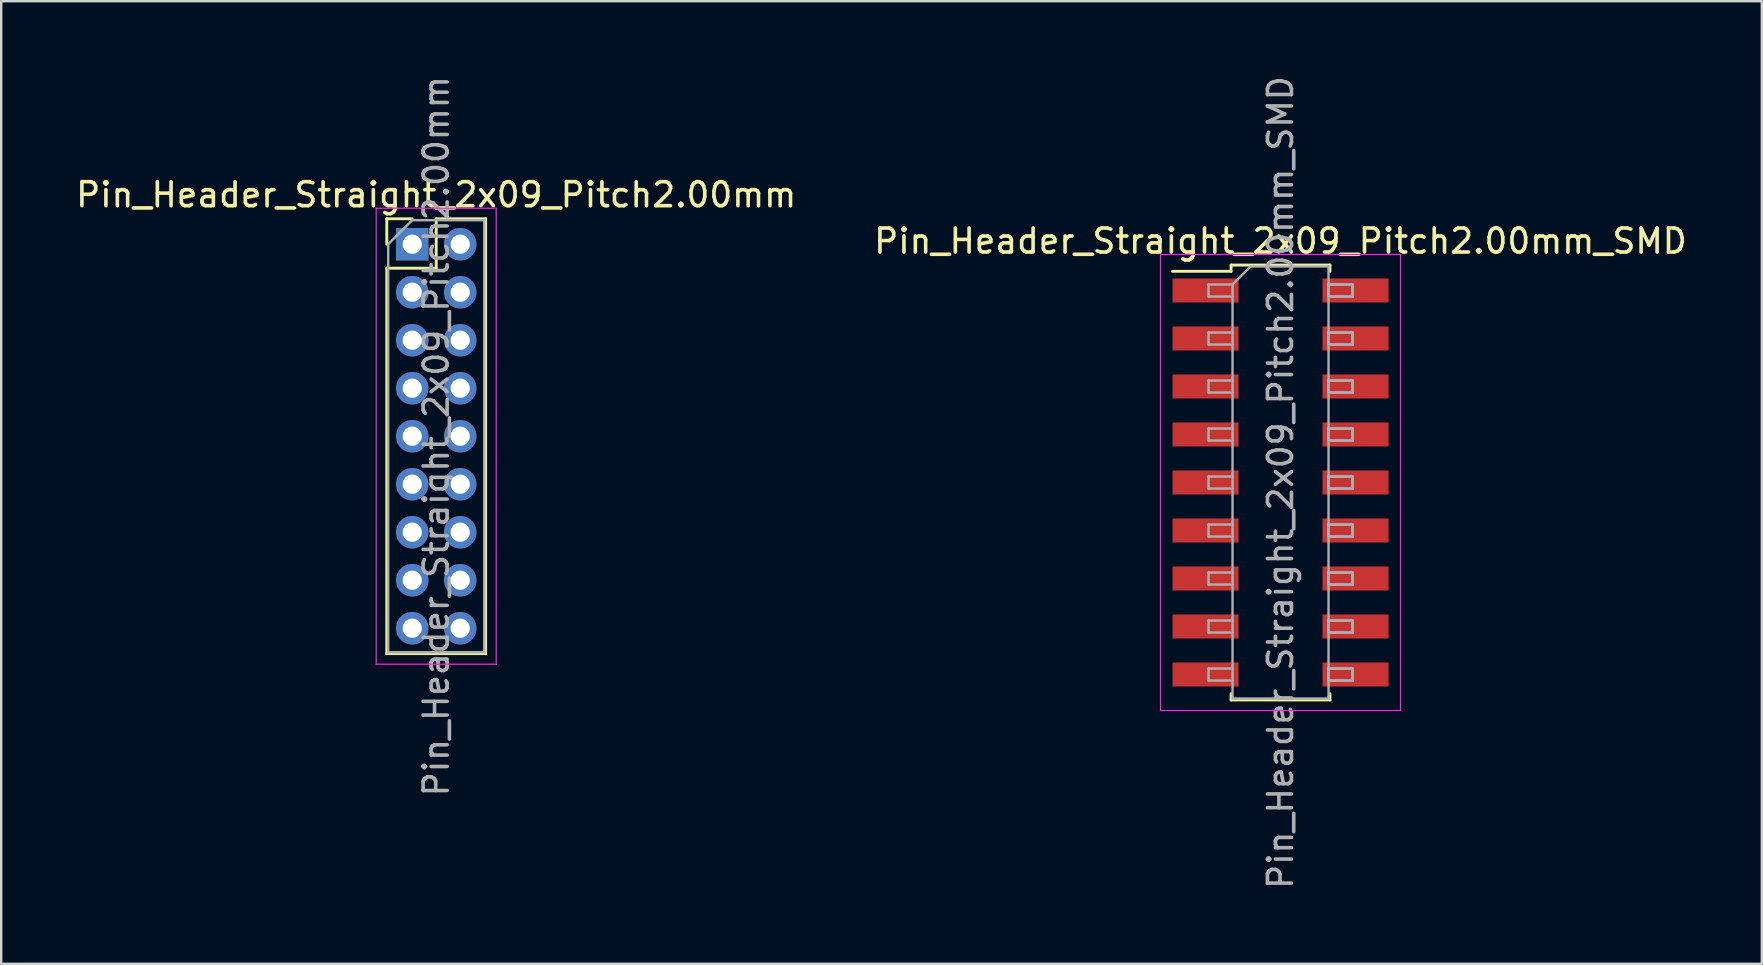
<source format=kicad_pcb>
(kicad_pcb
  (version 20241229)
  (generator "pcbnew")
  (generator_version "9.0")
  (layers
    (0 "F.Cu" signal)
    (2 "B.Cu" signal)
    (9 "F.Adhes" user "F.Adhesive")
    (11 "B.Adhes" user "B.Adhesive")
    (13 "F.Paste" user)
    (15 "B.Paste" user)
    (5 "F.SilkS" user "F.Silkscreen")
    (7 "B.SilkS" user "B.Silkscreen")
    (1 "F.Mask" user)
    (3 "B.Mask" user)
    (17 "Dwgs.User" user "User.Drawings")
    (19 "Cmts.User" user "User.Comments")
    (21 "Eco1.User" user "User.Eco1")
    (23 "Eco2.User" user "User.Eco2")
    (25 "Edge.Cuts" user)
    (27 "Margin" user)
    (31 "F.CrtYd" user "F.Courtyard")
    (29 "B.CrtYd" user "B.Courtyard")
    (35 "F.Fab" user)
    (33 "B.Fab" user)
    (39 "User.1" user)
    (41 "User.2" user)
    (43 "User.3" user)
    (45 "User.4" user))
  (footprint "Pin_Header_Straight_2x09_Pitch2.00mm_SMD"
    (layer "F.Cu")
    (at 50.304 17.054)
    (property "Reference" "Pin_Header_Straight_2x09_Pitch2.00mm_SMD" (at 0 -10.06 0) (layer "F.SilkS") (effects (font (size 1 1) (thickness 0.15))))
    (attr smd)
    (fp_line (start -4.5 -8.8) (end -2.06 -8.8) (stroke (width 0.12) (type solid)) (layer "F.SilkS"))
    (fp_line (start -2.06 -9.06) (end 2.06 -9.06) (stroke (width 0.12) (type solid)) (layer "F.SilkS"))
    (fp_line (start -2.06 -8.8) (end -2.06 -9.06) (stroke (width 0.12) (type solid)) (layer "F.SilkS"))
    (fp_line (start -2.06 8.8) (end -2.06 9.06) (stroke (width 0.12) (type solid)) (layer "F.SilkS"))
    (fp_line (start -2.06 9.06) (end 2.06 9.06) (stroke (width 0.12) (type solid)) (layer "F.SilkS"))
    (fp_line (start 2.06 -9.06) (end 2.06 -8.8) (stroke (width 0.12) (type solid)) (layer "F.SilkS"))
    (fp_line (start 2.06 9.06) (end 2.06 8.8) (stroke (width 0.12) (type solid)) (layer "F.SilkS"))
    (fp_line (start -5 -9.5) (end -5 9.5) (stroke (width 0.05) (type solid)) (layer "F.CrtYd"))
    (fp_line (start -5 9.5) (end 5 9.5) (stroke (width 0.05) (type solid)) (layer "F.CrtYd"))
    (fp_line (start 5 -9.5) (end -5 -9.5) (stroke (width 0.05) (type solid)) (layer "F.CrtYd"))
    (fp_line (start 5 9.5) (end 5 -9.5) (stroke (width 0.05) (type solid)) (layer "F.CrtYd"))
    (fp_line (start -3 -8.25) (end -3 -7.75) (stroke (width 0.1) (type solid)) (layer "F.Fab"))
    (fp_line (start -3 -7.75) (end -2 -7.75) (stroke (width 0.1) (type solid)) (layer "F.Fab"))
    (fp_line (start -3 -6.25) (end -3 -5.75) (stroke (width 0.1) (type solid)) (layer "F.Fab"))
    (fp_line (start -3 -5.75) (end -2 -5.75) (stroke (width 0.1) (type solid)) (layer "F.Fab"))
    (fp_line (start -3 -4.25) (end -3 -3.75) (stroke (width 0.1) (type solid)) (layer "F.Fab"))
    (fp_line (start -3 -3.75) (end -2 -3.75) (stroke (width 0.1) (type solid)) (layer "F.Fab"))
    (fp_line (start -3 -2.25) (end -3 -1.75) (stroke (width 0.1) (type solid)) (layer "F.Fab"))
    (fp_line (start -3 -1.75) (end -2 -1.75) (stroke (width 0.1) (type solid)) (layer "F.Fab"))
    (fp_line (start -3 -0.25) (end -3 0.25) (stroke (width 0.1) (type solid)) (layer "F.Fab"))
    (fp_line (start -3 0.25) (end -2 0.25) (stroke (width 0.1) (type solid)) (layer "F.Fab"))
    (fp_line (start -3 1.75) (end -3 2.25) (stroke (width 0.1) (type solid)) (layer "F.Fab"))
    (fp_line (start -3 2.25) (end -2 2.25) (stroke (width 0.1) (type solid)) (layer "F.Fab"))
    (fp_line (start -3 3.75) (end -3 4.25) (stroke (width 0.1) (type solid)) (layer "F.Fab"))
    (fp_line (start -3 4.25) (end -2 4.25) (stroke (width 0.1) (type solid)) (layer "F.Fab"))
    (fp_line (start -3 5.75) (end -3 6.25) (stroke (width 0.1) (type solid)) (layer "F.Fab"))
    (fp_line (start -3 6.25) (end -2 6.25) (stroke (width 0.1) (type solid)) (layer "F.Fab"))
    (fp_line (start -3 7.75) (end -3 8.25) (stroke (width 0.1) (type solid)) (layer "F.Fab"))
    (fp_line (start -3 8.25) (end -2 8.25) (stroke (width 0.1) (type solid)) (layer "F.Fab"))
    (fp_line (start -2 -8.25) (end -3 -8.25) (stroke (width 0.1) (type solid)) (layer "F.Fab"))
    (fp_line (start -2 -8.25) (end -1.25 -9) (stroke (width 0.1) (type solid)) (layer "F.Fab"))
    (fp_line (start -2 -6.25) (end -3 -6.25) (stroke (width 0.1) (type solid)) (layer "F.Fab"))
    (fp_line (start -2 -4.25) (end -3 -4.25) (stroke (width 0.1) (type solid)) (layer "F.Fab"))
    (fp_line (start -2 -2.25) (end -3 -2.25) (stroke (width 0.1) (type solid)) (layer "F.Fab"))
    (fp_line (start -2 -0.25) (end -3 -0.25) (stroke (width 0.1) (type solid)) (layer "F.Fab"))
    (fp_line (start -2 1.75) (end -3 1.75) (stroke (width 0.1) (type solid)) (layer "F.Fab"))
    (fp_line (start -2 3.75) (end -3 3.75) (stroke (width 0.1) (type solid)) (layer "F.Fab"))
    (fp_line (start -2 5.75) (end -3 5.75) (stroke (width 0.1) (type solid)) (layer "F.Fab"))
    (fp_line (start -2 7.75) (end -3 7.75) (stroke (width 0.1) (type solid)) (layer "F.Fab"))
    (fp_line (start -2 9) (end -2 -8.25) (stroke (width 0.1) (type solid)) (layer "F.Fab"))
    (fp_line (start -1.25 -9) (end 2 -9) (stroke (width 0.1) (type solid)) (layer "F.Fab"))
    (fp_line (start 2 -9) (end 2 9) (stroke (width 0.1) (type solid)) (layer "F.Fab"))
    (fp_line (start 2 -8.25) (end 2 -7.75) (stroke (width 0.1) (type solid)) (layer "F.Fab"))
    (fp_line (start 2 -8.25) (end 3 -8.25) (stroke (width 0.1) (type solid)) (layer "F.Fab"))
    (fp_line (start 2 -7.75) (end 3 -7.75) (stroke (width 0.1) (type solid)) (layer "F.Fab"))
    (fp_line (start 2 -6.25) (end 2 -5.75) (stroke (width 0.1) (type solid)) (layer "F.Fab"))
    (fp_line (start 2 -6.25) (end 3 -6.25) (stroke (width 0.1) (type solid)) (layer "F.Fab"))
    (fp_line (start 2 -5.75) (end 3 -5.75) (stroke (width 0.1) (type solid)) (layer "F.Fab"))
    (fp_line (start 2 -4.25) (end 2 -3.75) (stroke (width 0.1) (type solid)) (layer "F.Fab"))
    (fp_line (start 2 -4.25) (end 3 -4.25) (stroke (width 0.1) (type solid)) (layer "F.Fab"))
    (fp_line (start 2 -3.75) (end 3 -3.75) (stroke (width 0.1) (type solid)) (layer "F.Fab"))
    (fp_line (start 2 -2.25) (end 2 -1.75) (stroke (width 0.1) (type solid)) (layer "F.Fab"))
    (fp_line (start 2 -2.25) (end 3 -2.25) (stroke (width 0.1) (type solid)) (layer "F.Fab"))
    (fp_line (start 2 -1.75) (end 3 -1.75) (stroke (width 0.1) (type solid)) (layer "F.Fab"))
    (fp_line (start 2 -0.25) (end 2 0.25) (stroke (width 0.1) (type solid)) (layer "F.Fab"))
    (fp_line (start 2 -0.25) (end 3 -0.25) (stroke (width 0.1) (type solid)) (layer "F.Fab"))
    (fp_line (start 2 0.25) (end 3 0.25) (stroke (width 0.1) (type solid)) (layer "F.Fab"))
    (fp_line (start 2 1.75) (end 2 2.25) (stroke (width 0.1) (type solid)) (layer "F.Fab"))
    (fp_line (start 2 1.75) (end 3 1.75) (stroke (width 0.1) (type solid)) (layer "F.Fab"))
    (fp_line (start 2 2.25) (end 3 2.25) (stroke (width 0.1) (type solid)) (layer "F.Fab"))
    (fp_line (start 2 3.75) (end 2 4.25) (stroke (width 0.1) (type solid)) (layer "F.Fab"))
    (fp_line (start 2 3.75) (end 3 3.75) (stroke (width 0.1) (type solid)) (layer "F.Fab"))
    (fp_line (start 2 4.25) (end 3 4.25) (stroke (width 0.1) (type solid)) (layer "F.Fab"))
    (fp_line (start 2 5.75) (end 2 6.25) (stroke (width 0.1) (type solid)) (layer "F.Fab"))
    (fp_line (start 2 5.75) (end 3 5.75) (stroke (width 0.1) (type solid)) (layer "F.Fab"))
    (fp_line (start 2 6.25) (end 3 6.25) (stroke (width 0.1) (type solid)) (layer "F.Fab"))
    (fp_line (start 2 7.75) (end 2 8.25) (stroke (width 0.1) (type solid)) (layer "F.Fab"))
    (fp_line (start 2 7.75) (end 3 7.75) (stroke (width 0.1) (type solid)) (layer "F.Fab"))
    (fp_line (start 2 8.25) (end 3 8.25) (stroke (width 0.1) (type solid)) (layer "F.Fab"))
    (fp_line (start 2 9) (end -2 9) (stroke (width 0.1) (type solid)) (layer "F.Fab"))
    (fp_line (start 3 -8.25) (end 2 -8.25) (stroke (width 0.1) (type solid)) (layer "F.Fab"))
    (fp_line (start 3 -8.25) (end 3 -7.75) (stroke (width 0.1) (type solid)) (layer "F.Fab"))
    (fp_line (start 3 -7.75) (end 2 -7.75) (stroke (width 0.1) (type solid)) (layer "F.Fab"))
    (fp_line (start 3 -7.75) (end 3 -8.25) (stroke (width 0.1) (type solid)) (layer "F.Fab"))
    (fp_line (start 3 -6.25) (end 2 -6.25) (stroke (width 0.1) (type solid)) (layer "F.Fab"))
    (fp_line (start 3 -6.25) (end 3 -5.75) (stroke (width 0.1) (type solid)) (layer "F.Fab"))
    (fp_line (start 3 -5.75) (end 2 -5.75) (stroke (width 0.1) (type solid)) (layer "F.Fab"))
    (fp_line (start 3 -5.75) (end 3 -6.25) (stroke (width 0.1) (type solid)) (layer "F.Fab"))
    (fp_line (start 3 -4.25) (end 2 -4.25) (stroke (width 0.1) (type solid)) (layer "F.Fab"))
    (fp_line (start 3 -4.25) (end 3 -3.75) (stroke (width 0.1) (type solid)) (layer "F.Fab"))
    (fp_line (start 3 -3.75) (end 2 -3.75) (stroke (width 0.1) (type solid)) (layer "F.Fab"))
    (fp_line (start 3 -3.75) (end 3 -4.25) (stroke (width 0.1) (type solid)) (layer "F.Fab"))
    (fp_line (start 3 -2.25) (end 2 -2.25) (stroke (width 0.1) (type solid)) (layer "F.Fab"))
    (fp_line (start 3 -2.25) (end 3 -1.75) (stroke (width 0.1) (type solid)) (layer "F.Fab"))
    (fp_line (start 3 -1.75) (end 2 -1.75) (stroke (width 0.1) (type solid)) (layer "F.Fab"))
    (fp_line (start 3 -1.75) (end 3 -2.25) (stroke (width 0.1) (type solid)) (layer "F.Fab"))
    (fp_line (start 3 -0.25) (end 2 -0.25) (stroke (width 0.1) (type solid)) (layer "F.Fab"))
    (fp_line (start 3 -0.25) (end 3 0.25) (stroke (width 0.1) (type solid)) (layer "F.Fab"))
    (fp_line (start 3 0.25) (end 2 0.25) (stroke (width 0.1) (type solid)) (layer "F.Fab"))
    (fp_line (start 3 0.25) (end 3 -0.25) (stroke (width 0.1) (type solid)) (layer "F.Fab"))
    (fp_line (start 3 1.75) (end 2 1.75) (stroke (width 0.1) (type solid)) (layer "F.Fab"))
    (fp_line (start 3 1.75) (end 3 2.25) (stroke (width 0.1) (type solid)) (layer "F.Fab"))
    (fp_line (start 3 2.25) (end 2 2.25) (stroke (width 0.1) (type solid)) (layer "F.Fab"))
    (fp_line (start 3 2.25) (end 3 1.75) (stroke (width 0.1) (type solid)) (layer "F.Fab"))
    (fp_line (start 3 3.75) (end 2 3.75) (stroke (width 0.1) (type solid)) (layer "F.Fab"))
    (fp_line (start 3 3.75) (end 3 4.25) (stroke (width 0.1) (type solid)) (layer "F.Fab"))
    (fp_line (start 3 4.25) (end 2 4.25) (stroke (width 0.1) (type solid)) (layer "F.Fab"))
    (fp_line (start 3 4.25) (end 3 3.75) (stroke (width 0.1) (type solid)) (layer "F.Fab"))
    (fp_line (start 3 5.75) (end 2 5.75) (stroke (width 0.1) (type solid)) (layer "F.Fab"))
    (fp_line (start 3 5.75) (end 3 6.25) (stroke (width 0.1) (type solid)) (layer "F.Fab"))
    (fp_line (start 3 6.25) (end 2 6.25) (stroke (width 0.1) (type solid)) (layer "F.Fab"))
    (fp_line (start 3 6.25) (end 3 5.75) (stroke (width 0.1) (type solid)) (layer "F.Fab"))
    (fp_line (start 3 7.75) (end 2 7.75) (stroke (width 0.1) (type solid)) (layer "F.Fab"))
    (fp_line (start 3 7.75) (end 3 8.25) (stroke (width 0.1) (type solid)) (layer "F.Fab"))
    (fp_line (start 3 8.25) (end 2 8.25) (stroke (width 0.1) (type solid)) (layer "F.Fab"))
    (fp_line (start 3 8.25) (end 3 7.75) (stroke (width 0.1) (type solid)) (layer "F.Fab"))
    (fp_text user "${REFERENCE}" (at 0 0 90) (layer "F.Fab") (effects (font (size 1 1) (thickness 0.15))))
    (pad "1" smd rect (at -3.125 -8) (size 2.75 1) (layers "F.Cu" "F.Mask"))
    (pad "2" smd rect (at 3.125 -8) (size 2.75 1) (layers "F.Cu" "F.Mask"))
    (pad "3" smd rect (at -3.125 -6) (size 2.75 1) (layers "F.Cu" "F.Mask"))
    (pad "4" smd rect (at 3.125 -6) (size 2.75 1) (layers "F.Cu" "F.Mask"))
    (pad "5" smd rect (at -3.125 -4) (size 2.75 1) (layers "F.Cu" "F.Mask"))
    (pad "6" smd rect (at 3.125 -4) (size 2.75 1) (layers "F.Cu" "F.Mask"))
    (pad "7" smd rect (at -3.125 -2) (size 2.75 1) (layers "F.Cu" "F.Mask"))
    (pad "8" smd rect (at 3.125 -2) (size 2.75 1) (layers "F.Cu" "F.Mask"))
    (pad "9" smd rect (at -3.125 0) (size 2.75 1) (layers "F.Cu" "F.Mask"))
    (pad "10" smd rect (at 3.125 0) (size 2.75 1) (layers "F.Cu" "F.Mask"))
    (pad "11" smd rect (at -3.125 2) (size 2.75 1) (layers "F.Cu" "F.Mask"))
    (pad "12" smd rect (at 3.125 2) (size 2.75 1) (layers "F.Cu" "F.Mask"))
    (pad "13" smd rect (at -3.125 4) (size 2.75 1) (layers "F.Cu" "F.Mask"))
    (pad "14" smd rect (at 3.125 4) (size 2.75 1) (layers "F.Cu" "F.Mask"))
    (pad "15" smd rect (at -3.125 6) (size 2.75 1) (layers "F.Cu" "F.Mask"))
    (pad "16" smd rect (at 3.125 6) (size 2.75 1) (layers "F.Cu" "F.Mask"))
    (pad "17" smd rect (at -3.125 8) (size 2.75 1) (layers "F.Cu" "F.Mask"))
    (pad "18" smd rect (at 3.125 8) (size 2.75 1) (layers "F.Cu" "F.Mask")))
  (footprint "Pin_Header_Straight_2x09_Pitch2.00mm"
    (layer "F.Cu")
    (at 14.125 7.125)
    (property "Reference" "Pin_Header_Straight_2x09_Pitch2.00mm" (at 1 -2.06 0) (layer "F.SilkS") (effects (font (size 1 1) (thickness 0.15))))
    (attr through_hole)
    (fp_line (start -1.06 -1.06) (end 0 -1.06) (stroke (width 0.12) (type solid)) (layer "F.SilkS"))
    (fp_line (start -1.06 0) (end -1.06 -1.06) (stroke (width 0.12) (type solid)) (layer "F.SilkS"))
    (fp_line (start -1.06 1) (end -1.06 17.06) (stroke (width 0.12) (type solid)) (layer "F.SilkS"))
    (fp_line (start -1.06 17.06) (end 3.06 17.06) (stroke (width 0.12) (type solid)) (layer "F.SilkS"))
    (fp_line (start 1 -1.06) (end 1 1) (stroke (width 0.12) (type solid)) (layer "F.SilkS"))
    (fp_line (start 1 1) (end -1.06 1) (stroke (width 0.12) (type solid)) (layer "F.SilkS"))
    (fp_line (start 3.06 -1.06) (end 1 -1.06) (stroke (width 0.12) (type solid)) (layer "F.SilkS"))
    (fp_line (start 3.06 17.06) (end 3.06 -1.06) (stroke (width 0.12) (type solid)) (layer "F.SilkS"))
    (fp_line (start -1.5 -1.5) (end -1.5 17.5) (stroke (width 0.05) (type solid)) (layer "F.CrtYd"))
    (fp_line (start -1.5 17.5) (end 3.5 17.5) (stroke (width 0.05) (type solid)) (layer "F.CrtYd"))
    (fp_line (start 3.5 -1.5) (end -1.5 -1.5) (stroke (width 0.05) (type solid)) (layer "F.CrtYd"))
    (fp_line (start 3.5 17.5) (end 3.5 -1.5) (stroke (width 0.05) (type solid)) (layer "F.CrtYd"))
    (fp_line (start -1 0) (end 0 -1) (stroke (width 0.1) (type solid)) (layer "F.Fab"))
    (fp_line (start -1 17) (end -1 0) (stroke (width 0.1) (type solid)) (layer "F.Fab"))
    (fp_line (start 0 -1) (end 3 -1) (stroke (width 0.1) (type solid)) (layer "F.Fab"))
    (fp_line (start 3 -1) (end 3 17) (stroke (width 0.1) (type solid)) (layer "F.Fab"))
    (fp_line (start 3 17) (end -1 17) (stroke (width 0.1) (type solid)) (layer "F.Fab"))
    (fp_text user "${REFERENCE}" (at 1 8 90) (layer "F.Fab") (effects (font (size 1 1) (thickness 0.15))))
    (pad "1" thru_hole rect (at 0 0) (size 1.35 1.35) (drill 0.8) (layers "*.Cu" "*.Mask"))
    (pad "2" thru_hole oval (at 2 0) (size 1.35 1.35) (drill 0.8) (layers "*.Cu" "*.Mask"))
    (pad "3" thru_hole oval (at 0 2) (size 1.35 1.35) (drill 0.8) (layers "*.Cu" "*.Mask"))
    (pad "4" thru_hole oval (at 2 2) (size 1.35 1.35) (drill 0.8) (layers "*.Cu" "*.Mask"))
    (pad "5" thru_hole oval (at 0 4) (size 1.35 1.35) (drill 0.8) (layers "*.Cu" "*.Mask"))
    (pad "6" thru_hole oval (at 2 4) (size 1.35 1.35) (drill 0.8) (layers "*.Cu" "*.Mask"))
    (pad "7" thru_hole oval (at 0 6) (size 1.35 1.35) (drill 0.8) (layers "*.Cu" "*.Mask"))
    (pad "8" thru_hole oval (at 2 6) (size 1.35 1.35) (drill 0.8) (layers "*.Cu" "*.Mask"))
    (pad "9" thru_hole oval (at 0 8) (size 1.35 1.35) (drill 0.8) (layers "*.Cu" "*.Mask"))
    (pad "10" thru_hole oval (at 2 8) (size 1.35 1.35) (drill 0.8) (layers "*.Cu" "*.Mask"))
    (pad "11" thru_hole oval (at 0 10) (size 1.35 1.35) (drill 0.8) (layers "*.Cu" "*.Mask"))
    (pad "12" thru_hole oval (at 2 10) (size 1.35 1.35) (drill 0.8) (layers "*.Cu" "*.Mask"))
    (pad "13" thru_hole oval (at 0 12) (size 1.35 1.35) (drill 0.8) (layers "*.Cu" "*.Mask"))
    (pad "14" thru_hole oval (at 2 12) (size 1.35 1.35) (drill 0.8) (layers "*.Cu" "*.Mask"))
    (pad "15" thru_hole oval (at 0 14) (size 1.35 1.35) (drill 0.8) (layers "*.Cu" "*.Mask"))
    (pad "16" thru_hole oval (at 2 14) (size 1.35 1.35) (drill 0.8) (layers "*.Cu" "*.Mask"))
    (pad "17" thru_hole oval (at 0 16) (size 1.35 1.35) (drill 0.8) (layers "*.Cu" "*.Mask"))
    (pad "18" thru_hole oval (at 2 16) (size 1.35 1.35) (drill 0.8) (layers "*.Cu" "*.Mask")))
  (gr_rect
    (start -3 -3)
    (end 70.357 37.107)
    (stroke (width 0.1) (type default))
    (fill no)
    (layer "Edge.Cuts")))
</source>
